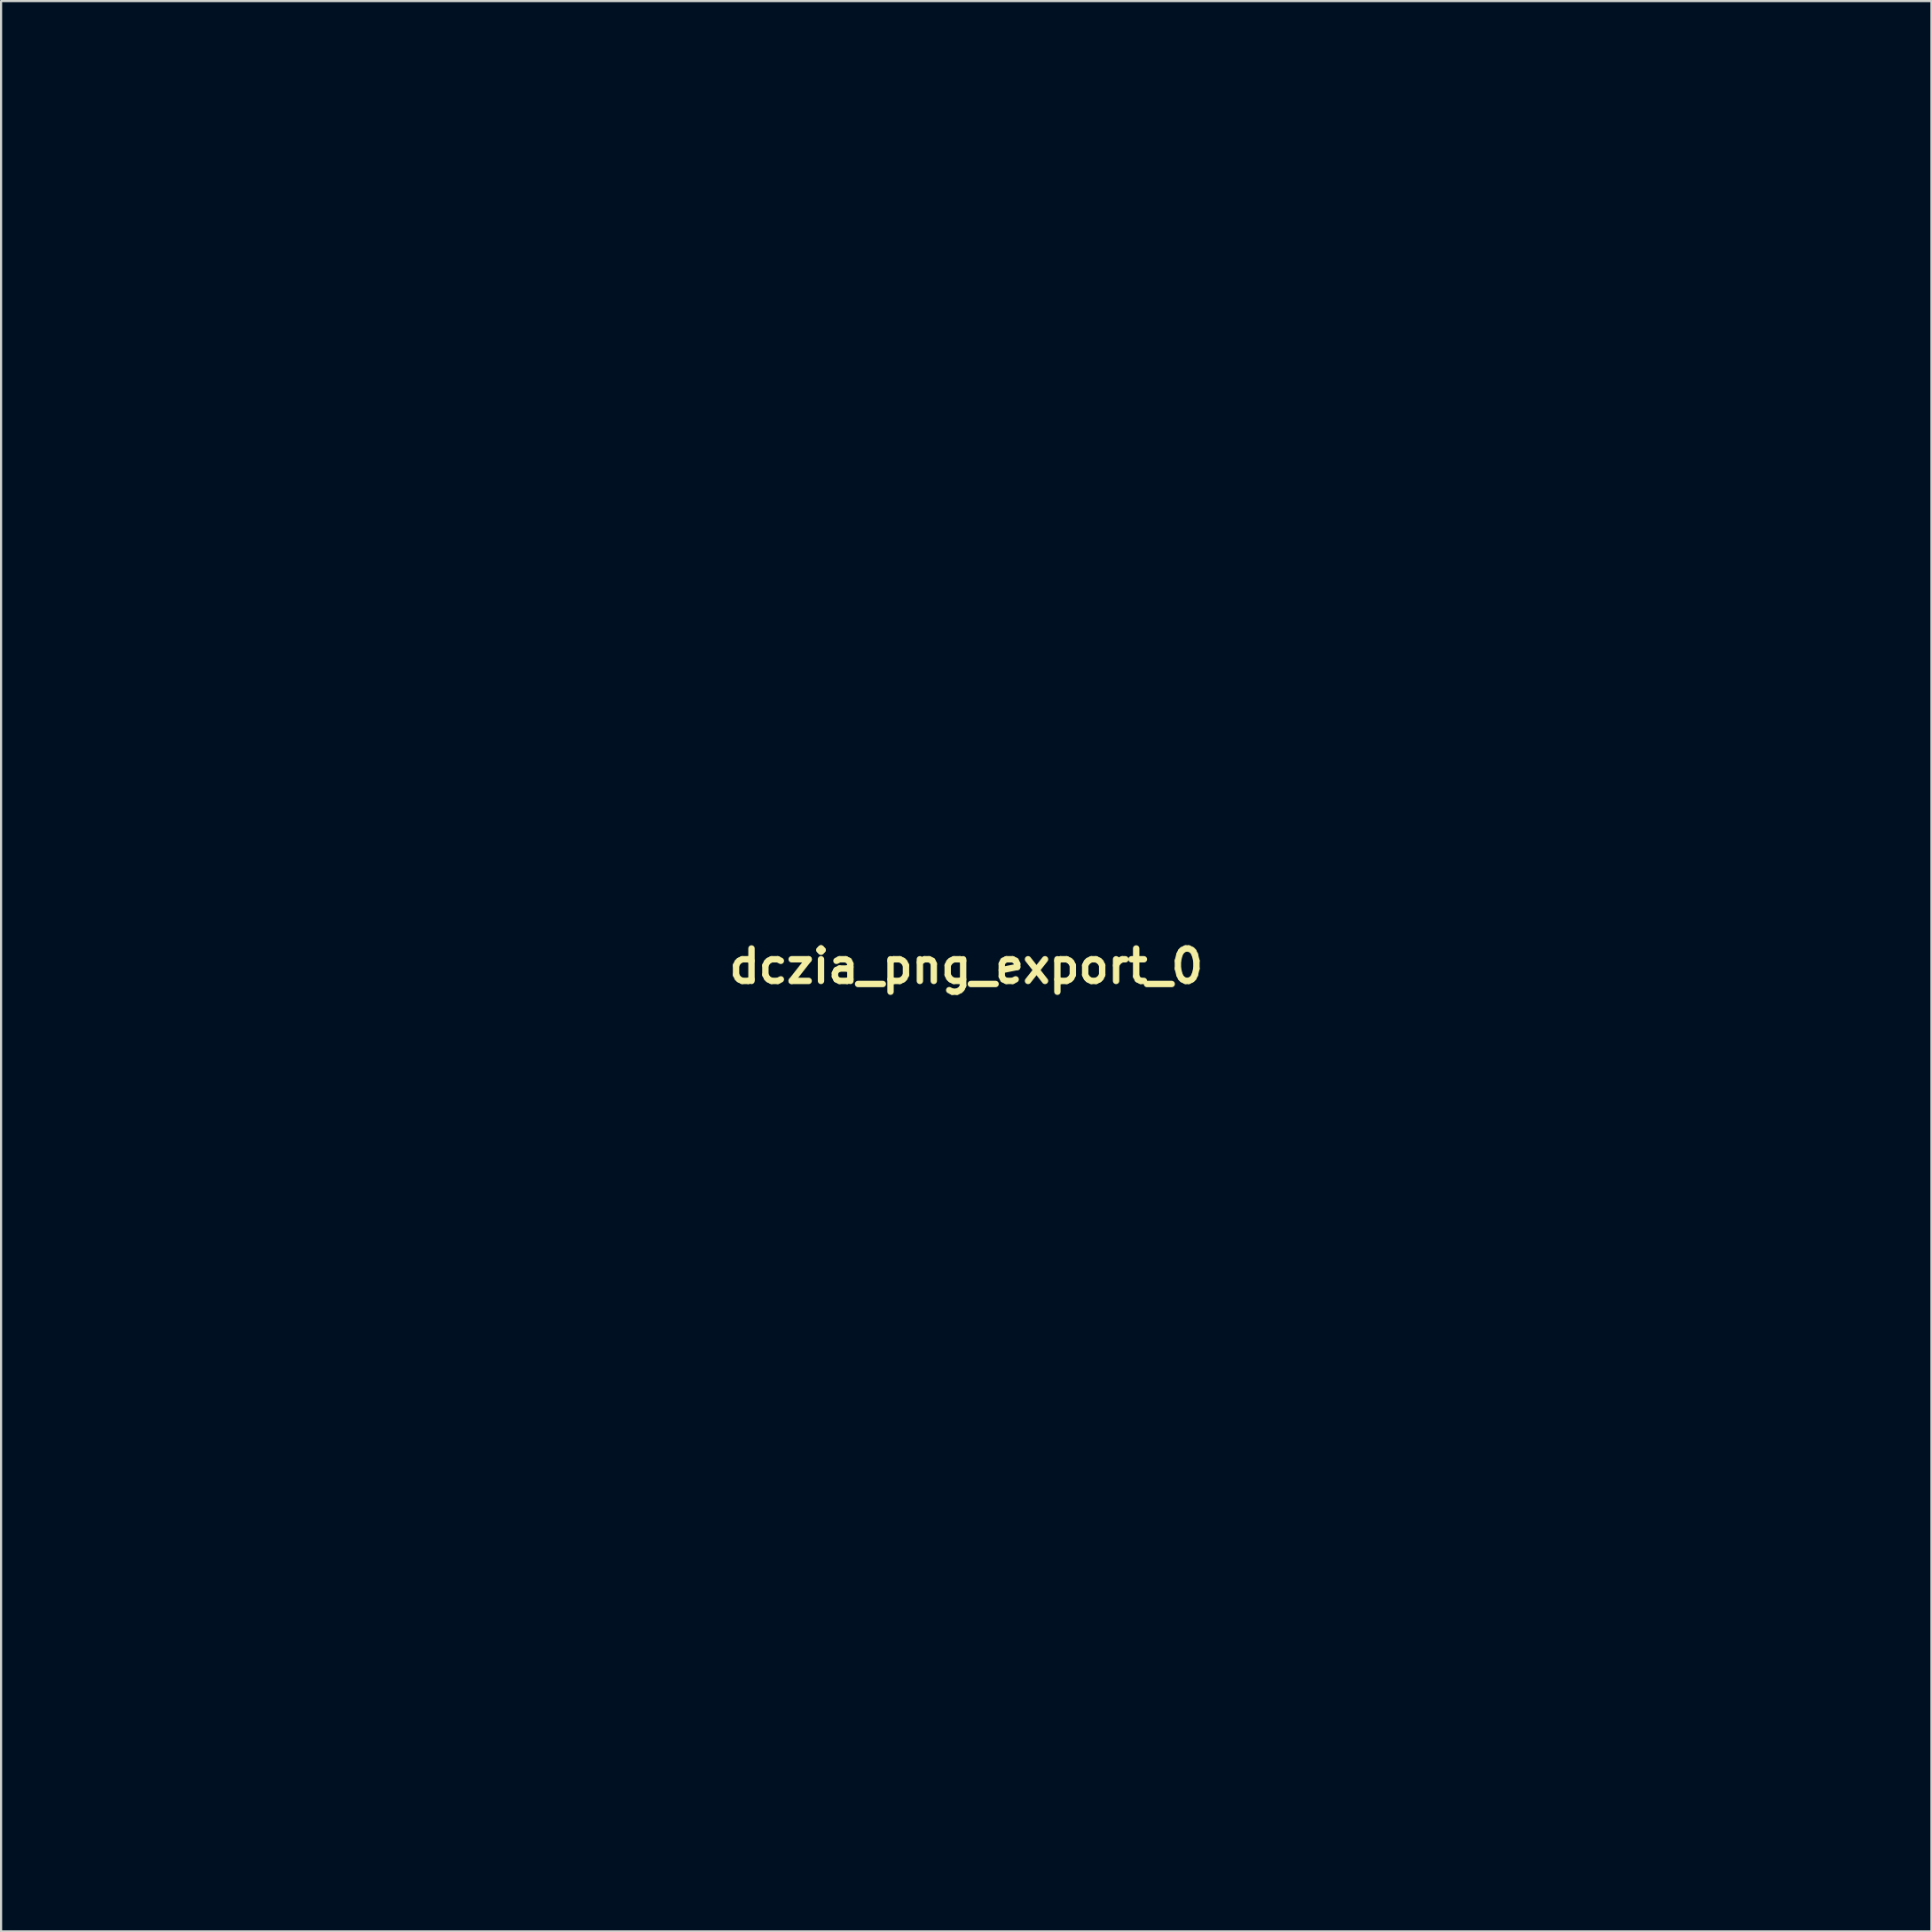
<source format=kicad_pcb>
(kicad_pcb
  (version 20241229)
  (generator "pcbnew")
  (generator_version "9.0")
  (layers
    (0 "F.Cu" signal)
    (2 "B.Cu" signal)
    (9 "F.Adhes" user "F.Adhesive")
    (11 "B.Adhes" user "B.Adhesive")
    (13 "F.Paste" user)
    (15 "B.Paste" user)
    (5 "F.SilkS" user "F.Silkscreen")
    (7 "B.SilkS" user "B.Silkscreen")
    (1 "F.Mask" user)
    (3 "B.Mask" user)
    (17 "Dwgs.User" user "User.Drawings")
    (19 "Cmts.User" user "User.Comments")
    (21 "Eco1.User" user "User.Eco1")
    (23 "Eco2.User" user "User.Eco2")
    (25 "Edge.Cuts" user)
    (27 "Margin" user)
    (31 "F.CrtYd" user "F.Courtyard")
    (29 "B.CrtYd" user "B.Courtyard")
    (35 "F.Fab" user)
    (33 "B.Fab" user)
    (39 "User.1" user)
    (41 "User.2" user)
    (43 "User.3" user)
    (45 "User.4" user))
  (footprint "dczia_png_export_0"
    (layer "F.Cu")
    (at 42.338 42.338)
    (property "Reference" "dczia_png_export_0" (at 0 0 0) (layer "F.SilkS") (effects (font (size 1.524 1.524) (thickness 0.3))))
    (attr through_hole)
    (fp_poly (pts (xy 42.333 42.333) (xy -42.333 42.333) (xy -42.333 -42.333) (xy 42.333 -42.333) (xy 42.333 42.333)) (stroke (width 0.01) (type solid)) (fill yes) (layer "F.Mask")))
  (gr_rect
    (start -3 -3)
    (end 87.677 87.677)
    (stroke (width 0.1) (type default))
    (fill no)
    (layer "Edge.Cuts")))
</source>
